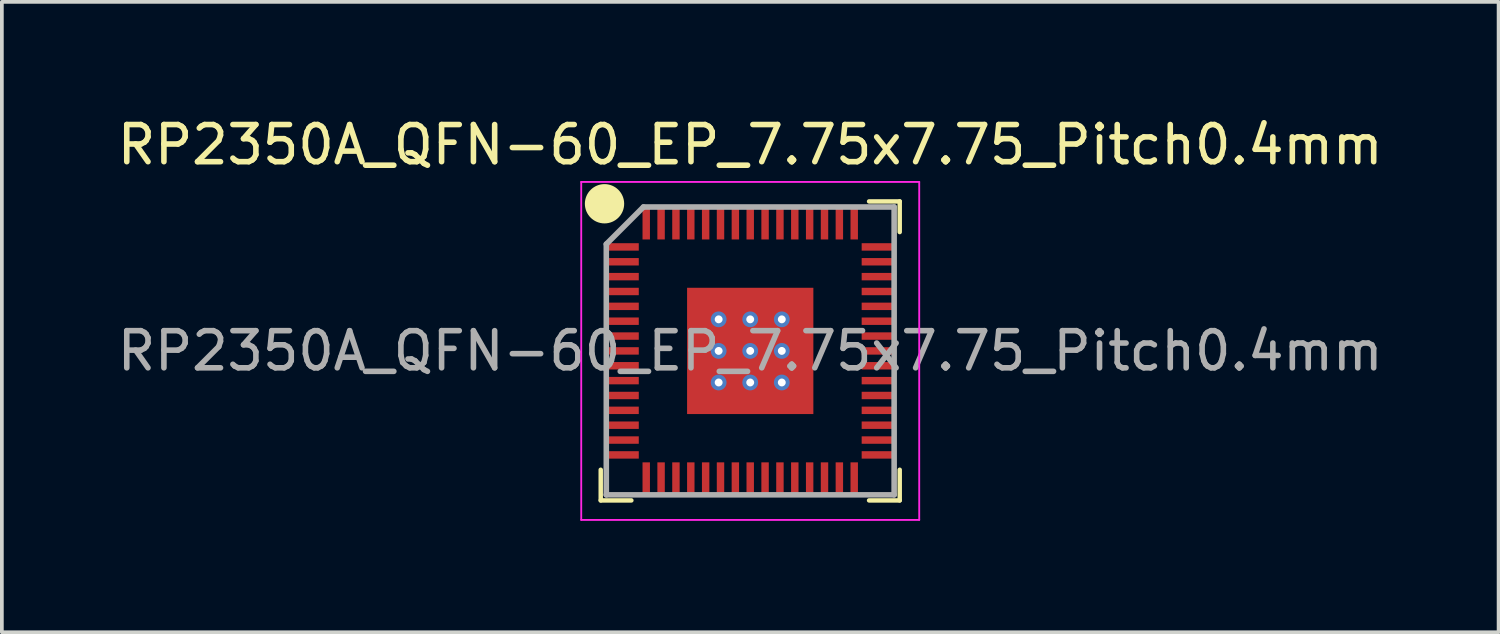
<source format=kicad_pcb>
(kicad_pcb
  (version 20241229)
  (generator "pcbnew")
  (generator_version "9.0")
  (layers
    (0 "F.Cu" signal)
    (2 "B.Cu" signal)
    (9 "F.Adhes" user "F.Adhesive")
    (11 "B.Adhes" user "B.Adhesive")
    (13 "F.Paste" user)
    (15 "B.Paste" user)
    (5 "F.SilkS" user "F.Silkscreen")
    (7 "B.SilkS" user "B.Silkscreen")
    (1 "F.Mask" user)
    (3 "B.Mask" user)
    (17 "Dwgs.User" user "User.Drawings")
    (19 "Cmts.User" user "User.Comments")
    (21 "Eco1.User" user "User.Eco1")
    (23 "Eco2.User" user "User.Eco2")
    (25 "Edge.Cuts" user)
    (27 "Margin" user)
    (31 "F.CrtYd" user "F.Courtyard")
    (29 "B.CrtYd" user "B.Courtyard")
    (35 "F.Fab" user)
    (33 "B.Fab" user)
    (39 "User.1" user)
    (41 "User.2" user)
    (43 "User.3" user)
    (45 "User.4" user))
  (footprint "RP2350A_QFN-60_EP_7.75x7.75_Pitch0.4mm"
    (layer "F.Cu")
    (at 17.149 6.398)
    (property "Reference" "RP2350A_QFN-60_EP_7.75x7.75_Pitch0.4mm" (at 0 -5.55 0) (layer "F.SilkS") (effects (font (size 1 1) (thickness 0.15))))
    (attr smd)
    (fp_line (start -4.025 4.025) (end -4.025 3.2) (stroke (width 0.12) (type default)) (layer "F.SilkS"))
    (fp_line (start -3.2 4.025) (end -4.025 4.025) (stroke (width 0.12) (type default)) (layer "F.SilkS"))
    (fp_line (start 3.2 -4.025) (end 4.025 -4.025) (stroke (width 0.12) (type default)) (layer "F.SilkS"))
    (fp_line (start 3.2 4.025) (end 4.025 4.025) (stroke (width 0.12) (type default)) (layer "F.SilkS"))
    (fp_line (start 4.025 -4.025) (end 4.025 -3.2) (stroke (width 0.12) (type default)) (layer "F.SilkS"))
    (fp_line (start 4.025 4.025) (end 4.025 3.2) (stroke (width 0.12) (type default)) (layer "F.SilkS"))
    (fp_circle (center -3.923 -3.962) (end -3.454 -3.962) (stroke (width 0.12) (type solid)) (fill yes) (layer "F.SilkS"))
    (fp_line (start -4.55 -4.55) (end 4.55 -4.55) (stroke (width 0.05) (type default)) (layer "F.CrtYd"))
    (fp_line (start -4.55 4.55) (end -4.55 -4.55) (stroke (width 0.05) (type default)) (layer "F.CrtYd"))
    (fp_line (start 4.55 -4.55) (end 4.55 4.55) (stroke (width 0.05) (type default)) (layer "F.CrtYd"))
    (fp_line (start 4.55 4.55) (end -4.55 4.55) (stroke (width 0.05) (type default)) (layer "F.CrtYd"))
    (fp_line (start -3.875 -2.875) (end -3.875 3.875) (stroke (width 0.15) (type default)) (layer "F.Fab"))
    (fp_line (start -3.875 3.875) (end 3.875 3.875) (stroke (width 0.15) (type default)) (layer "F.Fab"))
    (fp_line (start -2.875 -3.875) (end -3.875 -2.875) (stroke (width 0.15) (type default)) (layer "F.Fab"))
    (fp_line (start 3.875 -3.875) (end -2.875 -3.875) (stroke (width 0.15) (type default)) (layer "F.Fab"))
    (fp_line (start 3.875 3.875) (end 3.875 -3.875) (stroke (width 0.15) (type default)) (layer "F.Fab"))
    (fp_text user "${REFERENCE}" (at 0 0 0) (layer "F.Fab") (effects (font (size 1 1) (thickness 0.15))))
    (pad "" smd rect (at -1.275 -1.275) (size 0.1 0.1) (layers "F.Paste"))
    (pad "" smd rect (at -1.275 -0.425) (size 0.1 0.1) (layers "F.Paste"))
    (pad "" smd rect (at -1.275 0.425) (size 0.1 0.1) (layers "F.Paste"))
    (pad "" smd rect (at -1.275 1.275) (size 0.1 0.1) (layers "F.Paste"))
    (pad "" smd rect (at -0.425 -1.275) (size 0.1 0.1) (layers "F.Paste"))
    (pad "" smd rect (at -0.425 -0.425) (size 0.1 0.1) (layers "F.Paste"))
    (pad "" smd rect (at -0.425 0.425) (size 0.1 0.1) (layers "F.Paste"))
    (pad "" smd rect (at -0.425 1.275) (size 0.1 0.1) (layers "F.Paste"))
    (pad "" smd rect (at 0.425 -1.275) (size 0.1 0.1) (layers "F.Paste"))
    (pad "" smd rect (at 0.425 -0.425) (size 0.1 0.1) (layers "F.Paste"))
    (pad "" smd rect (at 0.425 0.425) (size 0.1 0.1) (layers "F.Paste"))
    (pad "" smd rect (at 0.425 1.275) (size 0.1 0.1) (layers "F.Paste"))
    (pad "" smd rect (at 1.275 -1.275) (size 0.1 0.1) (layers "F.Paste"))
    (pad "" smd rect (at 1.275 -0.425) (size 0.1 0.1) (layers "F.Paste"))
    (pad "" smd rect (at 1.275 0.425) (size 0.1 0.1) (layers "F.Paste"))
    (pad "" smd rect (at 1.275 1.275) (size 0.1 0.1) (layers "F.Paste"))
    (pad "1" smd rect (at -3.438 -2.8 90) (size 0.2 0.875) (layers "F.Cu" "F.Mask" "F.Paste"))
    (pad "2" smd rect (at -3.438 -2.4 90) (size 0.2 0.875) (layers "F.Cu" "F.Mask" "F.Paste"))
    (pad "3" smd rect (at -3.438 -2 90) (size 0.2 0.875) (layers "F.Cu" "F.Mask" "F.Paste"))
    (pad "4" smd rect (at -3.438 -1.6 90) (size 0.2 0.875) (layers "F.Cu" "F.Mask" "F.Paste"))
    (pad "5" smd rect (at -3.438 -1.2 90) (size 0.2 0.875) (layers "F.Cu" "F.Mask" "F.Paste"))
    (pad "6" smd rect (at -3.438 -0.8 90) (size 0.2 0.875) (layers "F.Cu" "F.Mask" "F.Paste"))
    (pad "7" smd rect (at -3.438 -0.4 90) (size 0.2 0.875) (layers "F.Cu" "F.Mask" "F.Paste"))
    (pad "8" smd rect (at -3.438 0 90) (size 0.2 0.875) (layers "F.Cu" "F.Mask" "F.Paste"))
    (pad "9" smd rect (at -3.438 0.4 90) (size 0.2 0.875) (layers "F.Cu" "F.Mask" "F.Paste"))
    (pad "10" smd rect (at -3.438 0.8 90) (size 0.2 0.875) (layers "F.Cu" "F.Mask" "F.Paste"))
    (pad "11" smd rect (at -3.438 1.2 90) (size 0.2 0.875) (layers "F.Cu" "F.Mask" "F.Paste"))
    (pad "12" smd rect (at -3.438 1.6 90) (size 0.2 0.875) (layers "F.Cu" "F.Mask" "F.Paste"))
    (pad "13" smd rect (at -3.438 2 90) (size 0.2 0.875) (layers "F.Cu" "F.Mask" "F.Paste"))
    (pad "14" smd rect (at -3.438 2.4 90) (size 0.2 0.875) (layers "F.Cu" "F.Mask" "F.Paste"))
    (pad "15" smd rect (at -3.438 2.8 90) (size 0.2 0.875) (layers "F.Cu" "F.Mask" "F.Paste"))
    (pad "16" smd rect (at -2.8 3.438) (size 0.2 0.875) (layers "F.Cu" "F.Mask" "F.Paste"))
    (pad "17" smd rect (at -2.4 3.438) (size 0.2 0.875) (layers "F.Cu" "F.Mask" "F.Paste"))
    (pad "18" smd rect (at -2 3.438) (size 0.2 0.875) (layers "F.Cu" "F.Mask" "F.Paste"))
    (pad "19" smd rect (at -1.6 3.438) (size 0.2 0.875) (layers "F.Cu" "F.Mask" "F.Paste"))
    (pad "20" smd rect (at -1.2 3.438) (size 0.2 0.875) (layers "F.Cu" "F.Mask" "F.Paste"))
    (pad "21" smd rect (at -0.8 3.438) (size 0.2 0.875) (layers "F.Cu" "F.Mask" "F.Paste"))
    (pad "22" smd rect (at -0.4 3.438) (size 0.2 0.875) (layers "F.Cu" "F.Mask" "F.Paste"))
    (pad "23" smd rect (at 0 3.438) (size 0.2 0.875) (layers "F.Cu" "F.Mask" "F.Paste"))
    (pad "24" smd rect (at 0.4 3.438) (size 0.2 0.875) (layers "F.Cu" "F.Mask" "F.Paste"))
    (pad "25" smd rect (at 0.8 3.438) (size 0.2 0.875) (layers "F.Cu" "F.Mask" "F.Paste"))
    (pad "26" smd rect (at 1.2 3.438) (size 0.2 0.875) (layers "F.Cu" "F.Mask" "F.Paste"))
    (pad "27" smd rect (at 1.6 3.438) (size 0.2 0.875) (layers "F.Cu" "F.Mask" "F.Paste"))
    (pad "28" smd rect (at 2 3.438) (size 0.2 0.875) (layers "F.Cu" "F.Mask" "F.Paste"))
    (pad "29" smd rect (at 2.4 3.438) (size 0.2 0.875) (layers "F.Cu" "F.Mask" "F.Paste"))
    (pad "30" smd rect (at 2.8 3.438) (size 0.2 0.875) (layers "F.Cu" "F.Mask" "F.Paste"))
    (pad "31" smd rect (at 3.438 2.8 90) (size 0.2 0.875) (layers "F.Cu" "F.Mask" "F.Paste"))
    (pad "32" smd rect (at 3.438 2.4 90) (size 0.2 0.875) (layers "F.Cu" "F.Mask" "F.Paste"))
    (pad "33" smd rect (at 3.438 2 90) (size 0.2 0.875) (layers "F.Cu" "F.Mask" "F.Paste"))
    (pad "34" smd rect (at 3.438 1.6 90) (size 0.2 0.875) (layers "F.Cu" "F.Mask" "F.Paste"))
    (pad "35" smd rect (at 3.438 1.2 90) (size 0.2 0.875) (layers "F.Cu" "F.Mask" "F.Paste"))
    (pad "36" smd rect (at 3.438 0.8 90) (size 0.2 0.875) (layers "F.Cu" "F.Mask" "F.Paste"))
    (pad "37" smd rect (at 3.438 0.4 90) (size 0.2 0.875) (layers "F.Cu" "F.Mask" "F.Paste"))
    (pad "38" smd rect (at 3.438 0 90) (size 0.2 0.875) (layers "F.Cu" "F.Mask" "F.Paste"))
    (pad "39" smd rect (at 3.438 -0.4 90) (size 0.2 0.875) (layers "F.Cu" "F.Mask" "F.Paste"))
    (pad "40" smd rect (at 3.438 -0.8 90) (size 0.2 0.875) (layers "F.Cu" "F.Mask" "F.Paste"))
    (pad "41" smd rect (at 3.438 -1.2 90) (size 0.2 0.875) (layers "F.Cu" "F.Mask" "F.Paste"))
    (pad "42" smd rect (at 3.438 -1.6 90) (size 0.2 0.875) (layers "F.Cu" "F.Mask" "F.Paste"))
    (pad "43" smd rect (at 3.438 -2 90) (size 0.2 0.875) (layers "F.Cu" "F.Mask" "F.Paste"))
    (pad "44" smd rect (at 3.438 -2.4 90) (size 0.2 0.875) (layers "F.Cu" "F.Mask" "F.Paste"))
    (pad "45" smd rect (at 3.438 -2.8 90) (size 0.2 0.875) (layers "F.Cu" "F.Mask" "F.Paste"))
    (pad "46" smd rect (at 2.8 -3.438) (size 0.2 0.875) (layers "F.Cu" "F.Mask" "F.Paste"))
    (pad "47" smd rect (at 2.4 -3.438) (size 0.2 0.875) (layers "F.Cu" "F.Mask" "F.Paste"))
    (pad "48" smd rect (at 2 -3.438) (size 0.2 0.875) (layers "F.Cu" "F.Mask" "F.Paste"))
    (pad "49" smd rect (at 1.6 -3.438) (size 0.2 0.875) (layers "F.Cu" "F.Mask" "F.Paste"))
    (pad "50" smd rect (at 1.2 -3.438) (size 0.2 0.875) (layers "F.Cu" "F.Mask" "F.Paste"))
    (pad "51" smd rect (at 0.8 -3.438) (size 0.2 0.875) (layers "F.Cu" "F.Mask" "F.Paste"))
    (pad "52" smd rect (at 0.4 -3.438) (size 0.2 0.875) (layers "F.Cu" "F.Mask" "F.Paste"))
    (pad "53" smd rect (at 0 -3.438) (size 0.2 0.875) (layers "F.Cu" "F.Mask" "F.Paste"))
    (pad "54" smd rect (at -0.4 -3.438) (size 0.2 0.875) (layers "F.Cu" "F.Mask" "F.Paste"))
    (pad "55" smd rect (at -0.8 -3.438) (size 0.2 0.875) (layers "F.Cu" "F.Mask" "F.Paste"))
    (pad "56" smd rect (at -1.2 -3.438) (size 0.2 0.875) (layers "F.Cu" "F.Mask" "F.Paste"))
    (pad "57" smd rect (at -1.6 -3.438) (size 0.2 0.875) (layers "F.Cu" "F.Mask" "F.Paste"))
    (pad "58" smd rect (at -2 -3.438) (size 0.2 0.875) (layers "F.Cu" "F.Mask" "F.Paste"))
    (pad "59" smd rect (at -2.4 -3.438) (size 0.2 0.875) (layers "F.Cu" "F.Mask" "F.Paste"))
    (pad "60" smd rect (at -2.8 -3.438) (size 0.2 0.875) (layers "F.Cu" "F.Mask" "F.Paste"))
    (pad "61" thru_hole circle (at -0.85 -0.85) (size 0.425 0.425) (drill 0.212) (property pad_prop_heatsink) (layers "*.Cu" "*.Mask"))
    (pad "61" thru_hole circle (at -0.85 0) (size 0.425 0.425) (drill 0.212) (property pad_prop_heatsink) (layers "*.Cu" "*.Mask"))
    (pad "61" thru_hole circle (at -0.85 0.85) (size 0.425 0.425) (drill 0.212) (property pad_prop_heatsink) (layers "*.Cu" "*.Mask"))
    (pad "61" thru_hole circle (at 0 -0.85) (size 0.425 0.425) (drill 0.212) (property pad_prop_heatsink) (layers "*.Cu" "*.Mask"))
    (pad "61" thru_hole circle (at 0 0) (size 0.425 0.425) (drill 0.212) (property pad_prop_heatsink) (layers "*.Cu" "*.Mask"))
    (pad "61" smd rect (at 0 0) (size 3.4 3.4) (layers "F.Cu" "F.Mask"))
    (pad "61" thru_hole circle (at 0 0.85) (size 0.425 0.425) (drill 0.212) (property pad_prop_heatsink) (layers "*.Cu" "*.Mask"))
    (pad "61" thru_hole circle (at 0.85 -0.85) (size 0.425 0.425) (drill 0.212) (property pad_prop_heatsink) (layers "*.Cu" "*.Mask"))
    (pad "61" thru_hole circle (at 0.85 0) (size 0.425 0.425) (drill 0.212) (property pad_prop_heatsink) (layers "*.Cu" "*.Mask"))
    (pad "61" thru_hole circle (at 0.85 0.85) (size 0.425 0.425) (drill 0.212) (property pad_prop_heatsink) (layers "*.Cu" "*.Mask")))
  (gr_rect
    (start -3 -3)
    (end 37.298 13.973)
    (stroke (width 0.1) (type default))
    (fill no)
    (layer "Edge.Cuts")))
</source>
